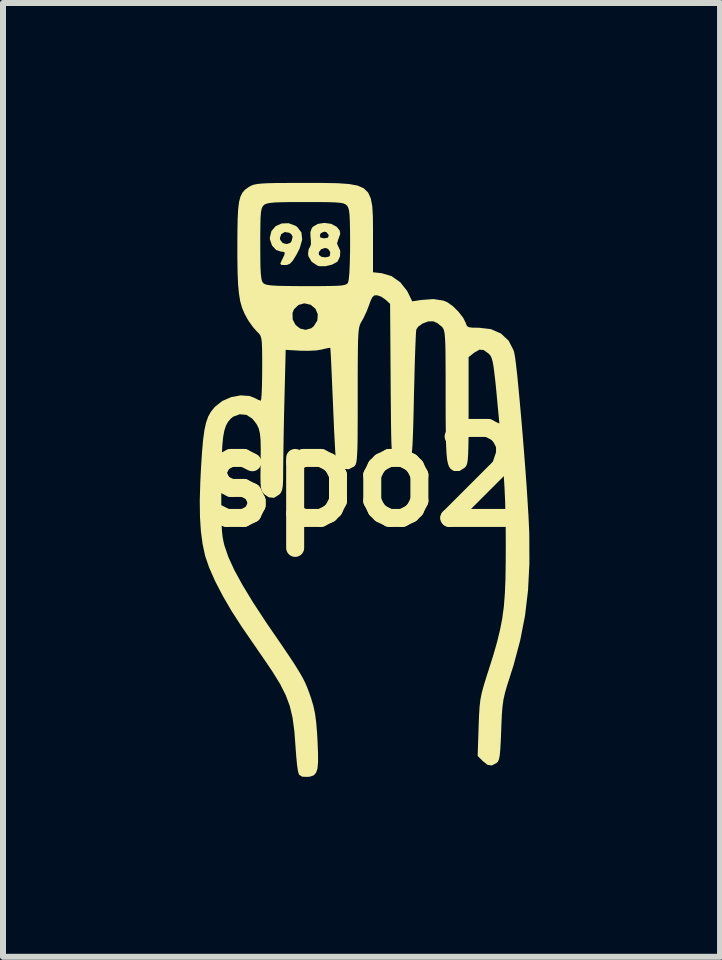
<source format=kicad_pcb>
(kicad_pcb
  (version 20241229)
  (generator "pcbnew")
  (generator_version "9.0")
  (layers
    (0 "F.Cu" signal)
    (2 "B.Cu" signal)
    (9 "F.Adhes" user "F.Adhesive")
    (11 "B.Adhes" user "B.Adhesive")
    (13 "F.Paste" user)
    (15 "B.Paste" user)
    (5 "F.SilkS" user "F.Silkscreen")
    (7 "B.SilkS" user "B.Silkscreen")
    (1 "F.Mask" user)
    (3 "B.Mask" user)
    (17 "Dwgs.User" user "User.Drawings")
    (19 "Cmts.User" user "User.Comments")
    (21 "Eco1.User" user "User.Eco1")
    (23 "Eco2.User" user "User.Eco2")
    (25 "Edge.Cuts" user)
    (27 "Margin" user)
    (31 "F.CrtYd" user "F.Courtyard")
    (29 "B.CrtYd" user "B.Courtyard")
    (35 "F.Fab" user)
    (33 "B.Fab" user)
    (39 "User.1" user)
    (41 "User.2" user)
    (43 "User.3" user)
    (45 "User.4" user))
  (footprint "spo2"
    (layer "F.Cu")
    (at 2.979 4.908)
    (property "Reference" "spo2" (at 0 0 0) (layer "F.SilkS") (effects (font (size 1.5 1.5) (thickness 0.3))))
    (attr board_only exclude_from_pos_files exclude_from_bom)
    (fp_poly (pts (xy -1.101 -4.193) (xy -1.072 -4.173) (xy -1.003 -4.082) (xy -0.99 -3.963) (xy -1.032 -3.815) (xy -1.086 -3.709) (xy -1.146 -3.612) (xy -1.194 -3.56) (xy -1.244 -3.54) (xy -1.278 -3.538) (xy -1.34 -3.541) (xy -1.355 -3.562) (xy -1.33 -3.619) (xy -1.323 -3.632) (xy -1.286 -3.71) (xy -1.281 -3.748) (xy -1.311 -3.76) (xy -1.339 -3.761) (xy -1.425 -3.789) (xy -1.493 -3.864) (xy -1.528 -3.965) (xy -1.529 -3.989) (xy -1.362 -3.989) (xy -1.356 -3.957) (xy -1.314 -3.905) (xy -1.249 -3.888) (xy -1.189 -3.907) (xy -1.167 -3.938) (xy -1.149 -4.012) (xy -1.175 -4.057) (xy -1.207 -4.077) (xy -1.281 -4.089) (xy -1.339 -4.054) (xy -1.362 -3.989) (xy -1.529 -3.989) (xy -1.53 -3.994) (xy -1.503 -4.105) (xy -1.432 -4.187) (xy -1.331 -4.232) (xy -1.216 -4.236)) (stroke (width 0) (type solid)) (fill yes) (layer "F.SilkS"))
    (fp_poly (pts (xy -0.508 -4.226) (xy -0.419 -4.179) (xy -0.414 -4.175) (xy -0.365 -4.115) (xy -0.355 -4.06) (xy -0.382 -3.981) (xy -0.388 -3.968) (xy -0.409 -3.897) (xy -0.39 -3.851) (xy -0.388 -3.849) (xy -0.355 -3.776) (xy -0.359 -3.684) (xy -0.397 -3.602) (xy -0.41 -3.589) (xy -0.492 -3.545) (xy -0.601 -3.519) (xy -0.702 -3.519) (xy -0.733 -3.527) (xy -0.833 -3.593) (xy -0.887 -3.687) (xy -0.892 -3.732) (xy -0.889 -3.752) (xy -0.712 -3.752) (xy -0.711 -3.709) (xy -0.67 -3.676) (xy -0.602 -3.666) (xy -0.542 -3.68) (xy -0.528 -3.694) (xy -0.522 -3.753) (xy -0.557 -3.807) (xy -0.603 -3.824) (xy -0.673 -3.803) (xy -0.712 -3.752) (xy -0.889 -3.752) (xy -0.882 -3.804) (xy -0.86 -3.84) (xy -0.844 -3.883) (xy -0.846 -3.965) (xy -0.849 -3.986) (xy -0.852 -4.039) (xy -0.695 -4.039) (xy -0.687 -3.997) (xy -0.63 -3.984) (xy -0.621 -3.984) (xy -0.56 -3.995) (xy -0.547 -4.034) (xy -0.548 -4.039) (xy -0.584 -4.085) (xy -0.621 -4.095) (xy -0.678 -4.071) (xy -0.695 -4.039) (xy -0.852 -4.039) (xy -0.854 -4.086) (xy -0.829 -4.155) (xy -0.812 -4.176) (xy -0.731 -4.224) (xy -0.62 -4.241)) (stroke (width 0) (type solid)) (fill yes) (layer "F.SilkS"))
    (fp_poly (pts (xy -0.642 -4.907) (xy -0.401 -4.903) (xy -0.212 -4.89) (xy -0.068 -4.864) (xy 0.037 -4.818) (xy 0.109 -4.748) (xy 0.154 -4.65) (xy 0.179 -4.518) (xy 0.189 -4.347) (xy 0.191 -4.131) (xy 0.191 -3.989) (xy 0.191 -3.418) (xy 0.337 -3.402) (xy 0.501 -3.353) (xy 0.646 -3.251) (xy 0.76 -3.106) (xy 0.781 -3.066) (xy 0.845 -2.933) (xy 0.988 -2.955) (xy 1.197 -2.971) (xy 1.362 -2.946) (xy 1.431 -2.918) (xy 1.524 -2.852) (xy 1.618 -2.758) (xy 1.696 -2.657) (xy 1.739 -2.569) (xy 1.739 -2.567) (xy 1.755 -2.525) (xy 1.787 -2.502) (xy 1.85 -2.494) (xy 1.955 -2.493) (xy 2.156 -2.47) (xy 2.324 -2.397) (xy 2.452 -2.278) (xy 2.535 -2.117) (xy 2.546 -2.078) (xy 2.56 -2.002) (xy 2.577 -1.871) (xy 2.597 -1.692) (xy 2.618 -1.476) (xy 2.641 -1.228) (xy 2.665 -0.959) (xy 2.689 -0.676) (xy 2.712 -0.387) (xy 2.734 -0.102) (xy 2.754 0.172) (xy 2.77 0.427) (xy 2.784 0.654) (xy 2.793 0.845) (xy 2.797 0.946) (xy 2.799 1.439) (xy 2.776 1.888) (xy 2.726 2.309) (xy 2.646 2.718) (xy 2.536 3.131) (xy 2.478 3.314) (xy 2.428 3.47) (xy 2.392 3.594) (xy 2.367 3.704) (xy 2.351 3.818) (xy 2.34 3.953) (xy 2.332 4.126) (xy 2.329 4.217) (xy 2.321 4.41) (xy 2.313 4.548) (xy 2.304 4.643) (xy 2.291 4.704) (xy 2.274 4.742) (xy 2.251 4.766) (xy 2.249 4.767) (xy 2.171 4.807) (xy 2.101 4.796) (xy 2.02 4.732) (xy 2.018 4.73) (xy 1.936 4.647) (xy 1.952 4.164) (xy 1.959 3.974) (xy 1.968 3.828) (xy 1.982 3.708) (xy 2.005 3.593) (xy 2.04 3.466) (xy 2.089 3.307) (xy 2.113 3.233) (xy 2.194 2.978) (xy 2.258 2.755) (xy 2.308 2.552) (xy 2.346 2.356) (xy 2.373 2.155) (xy 2.39 1.937) (xy 2.4 1.689) (xy 2.404 1.399) (xy 2.405 1.147) (xy 2.404 0.871) (xy 2.4 0.626) (xy 2.394 0.399) (xy 2.384 0.175) (xy 2.369 -0.058) (xy 2.35 -0.316) (xy 2.324 -0.613) (xy 2.3 -0.876) (xy 2.272 -1.172) (xy 2.25 -1.411) (xy 2.231 -1.599) (xy 2.214 -1.744) (xy 2.2 -1.851) (xy 2.186 -1.928) (xy 2.171 -1.981) (xy 2.156 -2.017) (xy 2.138 -2.042) (xy 2.117 -2.063) (xy 2.116 -2.064) (xy 2.036 -2.121) (xy 1.967 -2.127) (xy 1.886 -2.082) (xy 1.869 -2.069) (xy 1.785 -2.003) (xy 1.785 -1.113) (xy 1.784 -0.851) (xy 1.784 -0.645) (xy 1.781 -0.488) (xy 1.777 -0.373) (xy 1.771 -0.291) (xy 1.762 -0.236) (xy 1.75 -0.199) (xy 1.734 -0.174) (xy 1.721 -0.159) (xy 1.633 -0.104) (xy 1.542 -0.104) (xy 1.511 -0.12) (xy 1.482 -0.143) (xy 1.459 -0.176) (xy 1.441 -0.224) (xy 1.427 -0.294) (xy 1.417 -0.392) (xy 1.41 -0.526) (xy 1.406 -0.7) (xy 1.403 -0.922) (xy 1.402 -1.198) (xy 1.402 -1.362) (xy 1.402 -1.653) (xy 1.401 -1.888) (xy 1.4 -2.072) (xy 1.397 -2.212) (xy 1.392 -2.316) (xy 1.386 -2.389) (xy 1.377 -2.439) (xy 1.365 -2.473) (xy 1.35 -2.497) (xy 1.338 -2.511) (xy 1.264 -2.57) (xy 1.198 -2.6) (xy 1.112 -2.598) (xy 1.018 -2.563) (xy 0.942 -2.508) (xy 0.913 -2.462) (xy 0.908 -2.418) (xy 0.903 -2.317) (xy 0.897 -2.169) (xy 0.89 -1.982) (xy 0.884 -1.763) (xy 0.878 -1.52) (xy 0.874 -1.374) (xy 0.868 -1.089) (xy 0.862 -0.86) (xy 0.856 -0.682) (xy 0.85 -0.547) (xy 0.843 -0.448) (xy 0.834 -0.379) (xy 0.823 -0.333) (xy 0.809 -0.303) (xy 0.793 -0.283) (xy 0.703 -0.229) (xy 0.607 -0.239) (xy 0.556 -0.268) (xy 0.54 -0.282) (xy 0.528 -0.302) (xy 0.517 -0.336) (xy 0.509 -0.388) (xy 0.503 -0.464) (xy 0.498 -0.571) (xy 0.494 -0.715) (xy 0.491 -0.902) (xy 0.489 -1.137) (xy 0.486 -1.427) (xy 0.485 -1.602) (xy 0.476 -2.891) (xy 0.404 -2.958) (xy 0.328 -3.011) (xy 0.258 -3.035) (xy 0.211 -3.031) (xy 0.177 -2.998) (xy 0.143 -2.922) (xy 0.13 -2.883) (xy 0.084 -2.763) (xy 0.029 -2.647) (xy 0.007 -2.608) (xy -0.012 -2.576) (xy -0.027 -2.543) (xy -0.039 -2.502) (xy -0.048 -2.445) (xy -0.054 -2.366) (xy -0.059 -2.258) (xy -0.061 -2.115) (xy -0.063 -1.929) (xy -0.064 -1.694) (xy -0.064 -1.403) (xy -0.064 -1.364) (xy -0.064 -1.064) (xy -0.065 -0.822) (xy -0.066 -0.631) (xy -0.069 -0.484) (xy -0.074 -0.375) (xy -0.08 -0.297) (xy -0.088 -0.245) (xy -0.099 -0.211) (xy -0.113 -0.19) (xy -0.122 -0.18) (xy -0.213 -0.133) (xy -0.305 -0.141) (xy -0.382 -0.198) (xy -0.428 -0.296) (xy -0.428 -0.297) (xy -0.433 -0.346) (xy -0.44 -0.45) (xy -0.448 -0.6) (xy -0.458 -0.787) (xy -0.467 -1.001) (xy -0.477 -1.235) (xy -0.478 -1.258) (xy -0.488 -1.489) (xy -0.497 -1.699) (xy -0.505 -1.879) (xy -0.512 -2.02) (xy -0.518 -2.116) (xy -0.521 -2.157) (xy -0.522 -2.158) (xy -0.554 -2.155) (xy -0.626 -2.139) (xy -0.655 -2.131) (xy -0.751 -2.115) (xy -0.881 -2.108) (xy -1.02 -2.11) (xy -1.023 -2.11) (xy -1.265 -2.124) (xy -1.286 -1.293) (xy -1.292 -1.046) (xy -1.297 -0.8) (xy -1.301 -0.567) (xy -1.304 -0.362) (xy -1.306 -0.198) (xy -1.307 -0.12) (xy -1.308 0.037) (xy -1.313 0.142) (xy -1.325 0.211) (xy -1.345 0.257) (xy -1.37 0.287) (xy -1.458 0.343) (xy -1.547 0.335) (xy -1.62 0.285) (xy -1.647 0.256) (xy -1.666 0.223) (xy -1.678 0.174) (xy -1.684 0.099) (xy -1.686 -0.014) (xy -1.684 -0.175) (xy -1.683 -0.265) (xy -1.681 -0.468) (xy -1.684 -0.619) (xy -1.695 -0.731) (xy -1.715 -0.814) (xy -1.748 -0.882) (xy -1.795 -0.945) (xy -1.826 -0.98) (xy -1.92 -1.04) (xy -2.031 -1.05) (xy -2.14 -1.01) (xy -2.182 -0.976) (xy -2.226 -0.924) (xy -2.261 -0.861) (xy -2.288 -0.778) (xy -2.308 -0.67) (xy -2.322 -0.527) (xy -2.331 -0.343) (xy -2.336 -0.11) (xy -2.339 0.159) (xy -2.339 0.414) (xy -2.338 0.615) (xy -2.334 0.771) (xy -2.328 0.893) (xy -2.318 0.989) (xy -2.303 1.07) (xy -2.285 1.145) (xy -2.284 1.147) (xy -2.219 1.335) (xy -2.119 1.553) (xy -1.982 1.803) (xy -1.807 2.091) (xy -1.592 2.419) (xy -1.499 2.555) (xy -1.342 2.783) (xy -1.217 2.968) (xy -1.119 3.116) (xy -1.044 3.237) (xy -0.985 3.338) (xy -0.94 3.427) (xy -0.903 3.514) (xy -0.869 3.605) (xy -0.843 3.68) (xy -0.804 3.81) (xy -0.776 3.94) (xy -0.756 4.088) (xy -0.741 4.274) (xy -0.735 4.381) (xy -0.726 4.592) (xy -0.725 4.748) (xy -0.735 4.858) (xy -0.759 4.929) (xy -0.797 4.971) (xy -0.853 4.991) (xy -0.898 4.997) (xy -0.989 4.994) (xy -1.039 4.962) (xy -1.047 4.949) (xy -1.061 4.895) (xy -1.076 4.793) (xy -1.089 4.656) (xy -1.1 4.509) (xy -1.12 4.238) (xy -1.15 4.013) (xy -1.196 3.817) (xy -1.264 3.635) (xy -1.358 3.448) (xy -1.486 3.241) (xy -1.587 3.091) (xy -1.7 2.927) (xy -1.828 2.741) (xy -1.95 2.563) (xy -2.001 2.489) (xy -2.165 2.235) (xy -2.314 1.979) (xy -2.442 1.732) (xy -2.541 1.508) (xy -2.606 1.319) (xy -2.61 1.304) (xy -2.651 1.111) (xy -2.679 0.902) (xy -2.694 0.668) (xy -2.698 0.398) (xy -2.689 0.082) (xy -2.677 -0.159) (xy -2.66 -0.42) (xy -2.642 -0.626) (xy -2.62 -0.788) (xy -2.592 -0.913) (xy -2.557 -1.012) (xy -2.511 -1.093) (xy -2.452 -1.166) (xy -2.444 -1.175) (xy -2.323 -1.271) (xy -2.174 -1.336) (xy -2.017 -1.365) (xy -1.87 -1.355) (xy -1.785 -1.323) (xy -1.719 -1.289) (xy -1.681 -1.276) (xy -1.673 -1.306) (xy -1.666 -1.389) (xy -1.661 -1.515) (xy -1.658 -1.674) (xy -1.657 -1.811) (xy -1.657 -2.007) (xy -1.659 -2.15) (xy -1.663 -2.25) (xy -1.672 -2.316) (xy -1.686 -2.36) (xy -1.707 -2.392) (xy -1.736 -2.421) (xy -1.74 -2.424) (xy -1.808 -2.501) (xy -1.88 -2.601) (xy -1.902 -2.637) (xy -1.953 -2.731) (xy -1.957 -2.741) (xy -1.151 -2.741) (xy -1.148 -2.63) (xy -1.101 -2.54) (xy -1.025 -2.48) (xy -0.933 -2.458) (xy -0.839 -2.484) (xy -0.797 -2.518) (xy -0.737 -2.615) (xy -0.73 -2.718) (xy -0.769 -2.81) (xy -0.849 -2.876) (xy -0.955 -2.9) (xy -1.052 -2.872) (xy -1.126 -2.801) (xy -1.151 -2.741) (xy -1.957 -2.741) (xy -1.993 -2.827) (xy -2.023 -2.933) (xy -2.044 -3.06) (xy -2.059 -3.216) (xy -2.067 -3.411) (xy -2.071 -3.654) (xy -2.071 -3.833) (xy -2.071 -3.885) (xy -1.689 -3.885) (xy -1.688 -3.67) (xy -1.686 -3.509) (xy -1.68 -3.394) (xy -1.671 -3.317) (xy -1.659 -3.268) (xy -1.641 -3.239) (xy -1.639 -3.237) (xy -1.613 -3.22) (xy -1.57 -3.207) (xy -1.5 -3.198) (xy -1.396 -3.192) (xy -1.248 -3.189) (xy -1.05 -3.187) (xy -0.923 -3.187) (xy -0.7 -3.187) (xy -0.533 -3.189) (xy -0.412 -3.192) (xy -0.33 -3.198) (xy -0.278 -3.208) (xy -0.247 -3.221) (xy -0.23 -3.239) (xy -0.224 -3.249) (xy -0.213 -3.302) (xy -0.203 -3.41) (xy -0.196 -3.563) (xy -0.192 -3.751) (xy -0.191 -3.891) (xy -0.192 -4.103) (xy -0.195 -4.26) (xy -0.2 -4.372) (xy -0.209 -4.447) (xy -0.222 -4.496) (xy -0.241 -4.527) (xy -0.244 -4.531) (xy -0.267 -4.551) (xy -0.301 -4.566) (xy -0.356 -4.576) (xy -0.439 -4.583) (xy -0.559 -4.587) (xy -0.726 -4.589) (xy -0.935 -4.589) (xy -1.157 -4.589) (xy -1.324 -4.586) (xy -1.445 -4.582) (xy -1.528 -4.574) (xy -1.583 -4.562) (xy -1.618 -4.547) (xy -1.631 -4.536) (xy -1.651 -4.512) (xy -1.666 -4.477) (xy -1.677 -4.421) (xy -1.684 -4.335) (xy -1.687 -4.21) (xy -1.689 -4.037) (xy -1.689 -3.885) (xy -2.071 -3.885) (xy -2.07 -4.098) (xy -2.066 -4.307) (xy -2.058 -4.468) (xy -2.043 -4.589) (xy -2.02 -4.678) (xy -1.988 -4.743) (xy -1.946 -4.792) (xy -1.89 -4.833) (xy -1.874 -4.843) (xy -1.839 -4.863) (xy -1.798 -4.878) (xy -1.744 -4.889) (xy -1.67 -4.897) (xy -1.566 -4.903) (xy -1.424 -4.906) (xy -1.237 -4.907) (xy -0.996 -4.908) (xy -0.94 -4.908)) (stroke (width 0) (type solid)) (fill yes) (layer "F.SilkS")))
  (gr_rect
    (start -3 -3)
    (end 8.957 12.905)
    (stroke (width 0.1) (type default))
    (fill no)
    (layer "Edge.Cuts")))
</source>
